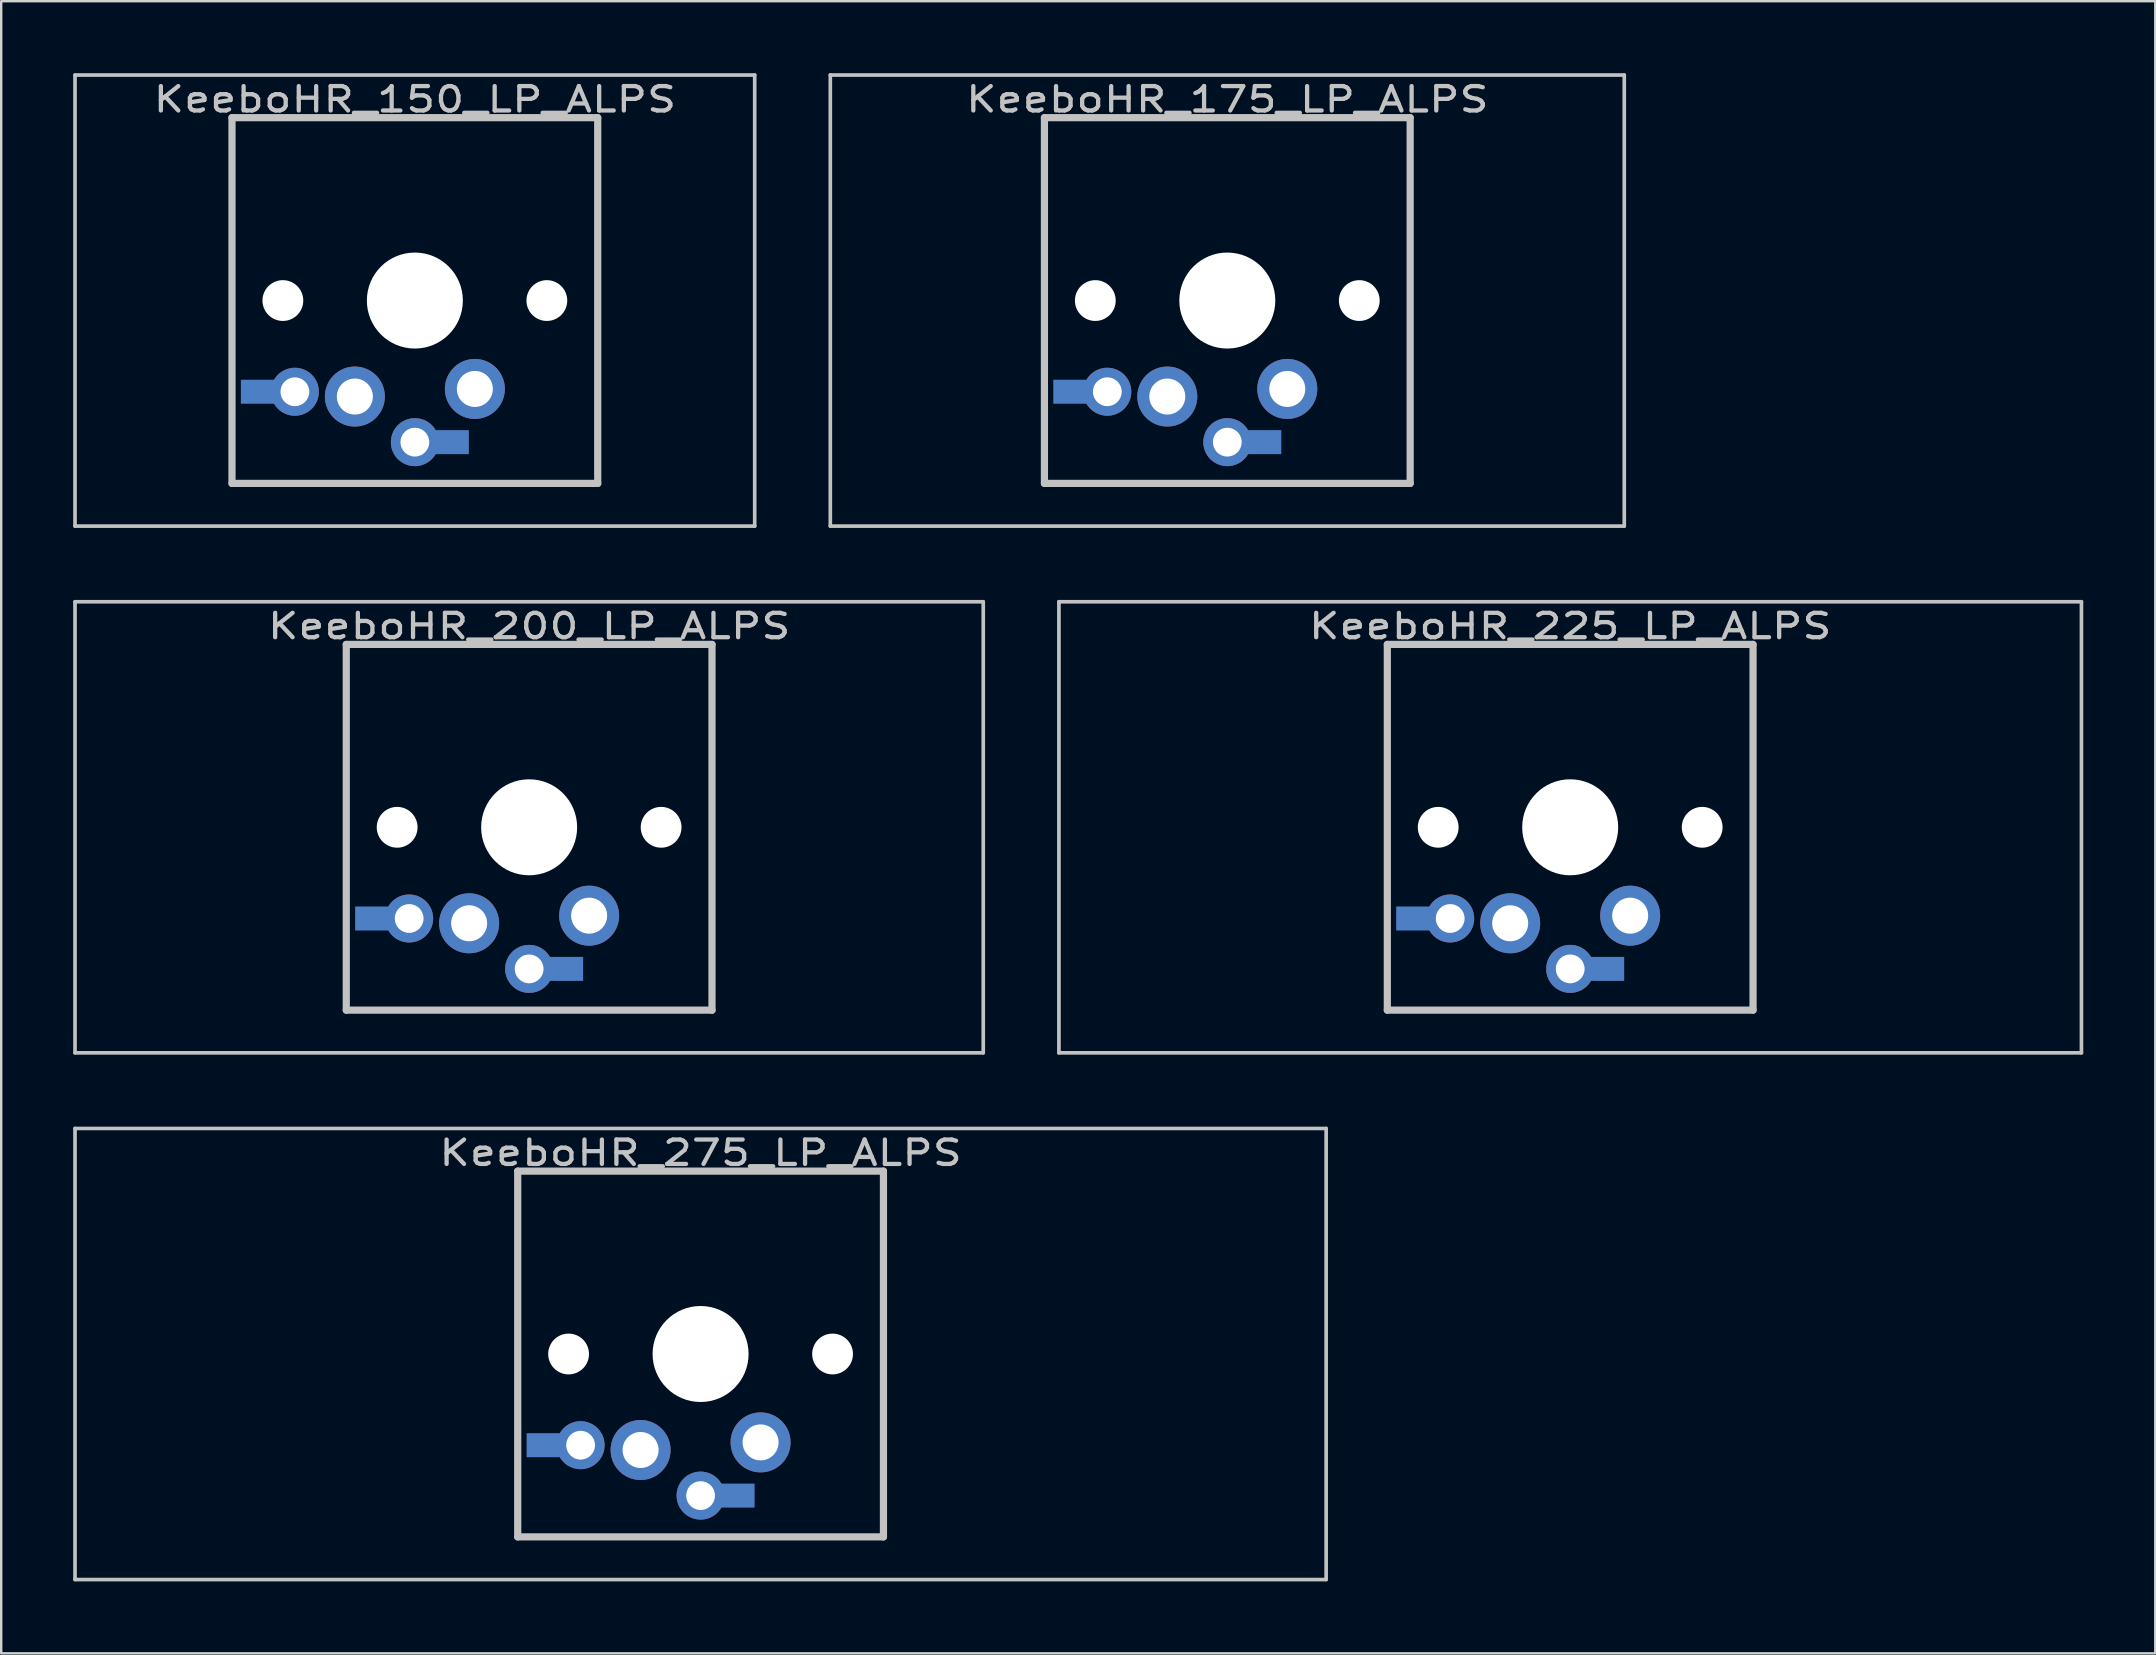
<source format=kicad_pcb>
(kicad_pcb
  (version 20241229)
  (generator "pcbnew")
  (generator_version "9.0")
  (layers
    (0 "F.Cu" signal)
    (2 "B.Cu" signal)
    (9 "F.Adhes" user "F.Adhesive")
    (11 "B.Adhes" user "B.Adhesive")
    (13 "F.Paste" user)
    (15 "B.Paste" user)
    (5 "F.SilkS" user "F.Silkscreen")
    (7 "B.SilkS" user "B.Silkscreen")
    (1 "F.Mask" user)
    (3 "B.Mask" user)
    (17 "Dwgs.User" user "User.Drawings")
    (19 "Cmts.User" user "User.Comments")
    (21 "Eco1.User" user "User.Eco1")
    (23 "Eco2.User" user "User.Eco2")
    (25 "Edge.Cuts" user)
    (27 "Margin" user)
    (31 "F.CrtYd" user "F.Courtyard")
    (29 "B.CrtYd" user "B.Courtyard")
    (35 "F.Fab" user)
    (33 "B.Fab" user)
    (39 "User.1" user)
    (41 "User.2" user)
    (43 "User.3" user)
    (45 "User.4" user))
  (footprint "KeeboHR_200_LP_ALPS"
    (layer "B.Cu")
    (at 18.999 31.423)
    (property "Reference" "KeeboHR_200_LP_ALPS" (at 0 -8.382 0) (layer "Dwgs.User") (effects (font (size 1.016 1.27) (thickness 0.178))))
    (attr through_hole)
    (fp_line (start -18.923 -9.398) (end 18.923 -9.398) (stroke (width 0.152) (type solid)) (layer "Dwgs.User"))
    (fp_line (start -18.923 9.398) (end -18.923 -9.398) (stroke (width 0.152) (type solid)) (layer "Dwgs.User"))
    (fp_line (start -7.62 -7.62) (end 7.62 -7.62) (stroke (width 0.3) (type solid)) (layer "Dwgs.User"))
    (fp_line (start -7.62 7.62) (end -7.62 -7.62) (stroke (width 0.3) (type solid)) (layer "Dwgs.User"))
    (fp_line (start 7.62 -7.62) (end 7.62 7.62) (stroke (width 0.3) (type solid)) (layer "Dwgs.User"))
    (fp_line (start 7.62 7.62) (end -7.62 7.62) (stroke (width 0.3) (type solid)) (layer "Dwgs.User"))
    (fp_line (start 18.923 -9.398) (end 18.923 9.398) (stroke (width 0.152) (type solid)) (layer "Dwgs.User"))
    (fp_line (start 18.923 9.398) (end -18.923 9.398) (stroke (width 0.152) (type solid)) (layer "Dwgs.User"))
    (pad "" np_thru_hole circle (at -5.5 0) (size 1.7 1.7) (drill 1.7) (layers "*.Cu" "*.Mask"))
    (pad "" np_thru_hole circle (at 0 0) (size 4 4) (drill 4) (layers "*.Cu" "*.Mask"))
    (pad "" np_thru_hole circle (at 5.5 0) (size 1.7 1.7) (drill 1.7) (layers "*.Cu" "*.Mask"))
    (pad "1" thru_hole circle (at 0 5.9) (size 2 2) (drill 1.2) (layers "*.Cu" "*.Mask"))
    (pad "1" smd rect (at 1.25 5.9) (size 2 1) (layers "B.Cu" "B.Mask"))
    (pad "1" thru_hole circle (at 2.5 3.683) (size 2.5 2.5) (drill 1.5) (layers "*.Cu" "*.Mask"))
    (pad "2" smd rect (at -6.25 3.8) (size 2 1) (layers "B.Cu" "B.Mask"))
    (pad "2" thru_hole circle (at -5 3.8) (size 2 2) (drill 1.2) (layers "*.Cu" "*.Mask"))
    (pad "2" thru_hole circle (at -2.5 4) (size 2.5 2.5) (drill 1.5) (layers "*.Cu" "*.Mask")))
  (footprint "KeeboHR_175_LP_ALPS"
    (layer "B.Cu")
    (at 48.091 9.474)
    (property "Reference" "KeeboHR_175_LP_ALPS" (at 0 -8.382 0) (layer "Dwgs.User") (effects (font (size 1.016 1.27) (thickness 0.178))))
    (attr through_hole)
    (fp_line (start -16.542 -9.398) (end 16.542 -9.398) (stroke (width 0.152) (type solid)) (layer "Dwgs.User"))
    (fp_line (start -16.542 9.398) (end -16.542 -9.398) (stroke (width 0.152) (type solid)) (layer "Dwgs.User"))
    (fp_line (start -7.62 -7.62) (end 7.62 -7.62) (stroke (width 0.3) (type solid)) (layer "Dwgs.User"))
    (fp_line (start -7.62 7.62) (end -7.62 -7.62) (stroke (width 0.3) (type solid)) (layer "Dwgs.User"))
    (fp_line (start 7.62 -7.62) (end 7.62 7.62) (stroke (width 0.3) (type solid)) (layer "Dwgs.User"))
    (fp_line (start 7.62 7.62) (end -7.62 7.62) (stroke (width 0.3) (type solid)) (layer "Dwgs.User"))
    (fp_line (start 16.542 -9.398) (end 16.542 9.398) (stroke (width 0.152) (type solid)) (layer "Dwgs.User"))
    (fp_line (start 16.542 9.398) (end -16.542 9.398) (stroke (width 0.152) (type solid)) (layer "Dwgs.User"))
    (pad "" np_thru_hole circle (at -5.5 0) (size 1.7 1.7) (drill 1.7) (layers "*.Cu" "*.Mask"))
    (pad "" np_thru_hole circle (at 0 0) (size 4 4) (drill 4) (layers "*.Cu" "*.Mask"))
    (pad "" np_thru_hole circle (at 5.5 0) (size 1.7 1.7) (drill 1.7) (layers "*.Cu" "*.Mask"))
    (pad "1" thru_hole circle (at 0 5.9) (size 2 2) (drill 1.2) (layers "*.Cu" "*.Mask"))
    (pad "1" smd rect (at 1.25 5.9) (size 2 1) (layers "B.Cu" "B.Mask"))
    (pad "1" thru_hole circle (at 2.5 3.683) (size 2.5 2.5) (drill 1.5) (layers "*.Cu" "*.Mask"))
    (pad "2" smd rect (at -6.25 3.8) (size 2 1) (layers "B.Cu" "B.Mask"))
    (pad "2" thru_hole circle (at -5 3.8) (size 2 2) (drill 1.2) (layers "*.Cu" "*.Mask"))
    (pad "2" thru_hole circle (at -2.5 4) (size 2.5 2.5) (drill 1.5) (layers "*.Cu" "*.Mask")))
  (footprint "KeeboHR_225_LP_ALPS"
    (layer "B.Cu")
    (at 62.379 31.423)
    (property "Reference" "KeeboHR_225_LP_ALPS" (at 0 -8.382 0) (layer "Dwgs.User") (effects (font (size 1.016 1.27) (thickness 0.178))))
    (attr through_hole)
    (fp_line (start -21.304 -9.398) (end 21.304 -9.398) (stroke (width 0.152) (type solid)) (layer "Dwgs.User"))
    (fp_line (start -21.304 9.398) (end -21.304 -9.398) (stroke (width 0.152) (type solid)) (layer "Dwgs.User"))
    (fp_line (start -7.62 -7.62) (end 7.62 -7.62) (stroke (width 0.3) (type solid)) (layer "Dwgs.User"))
    (fp_line (start -7.62 7.62) (end -7.62 -7.62) (stroke (width 0.3) (type solid)) (layer "Dwgs.User"))
    (fp_line (start 7.62 -7.62) (end 7.62 7.62) (stroke (width 0.3) (type solid)) (layer "Dwgs.User"))
    (fp_line (start 7.62 7.62) (end -7.62 7.62) (stroke (width 0.3) (type solid)) (layer "Dwgs.User"))
    (fp_line (start 21.304 -9.398) (end 21.304 9.398) (stroke (width 0.152) (type solid)) (layer "Dwgs.User"))
    (fp_line (start 21.304 9.398) (end -21.304 9.398) (stroke (width 0.152) (type solid)) (layer "Dwgs.User"))
    (pad "" np_thru_hole circle (at -5.5 0) (size 1.7 1.7) (drill 1.7) (layers "*.Cu" "*.Mask"))
    (pad "" np_thru_hole circle (at 0 0) (size 4 4) (drill 4) (layers "*.Cu" "*.Mask"))
    (pad "" np_thru_hole circle (at 5.5 0) (size 1.7 1.7) (drill 1.7) (layers "*.Cu" "*.Mask"))
    (pad "1" thru_hole circle (at 0 5.9) (size 2 2) (drill 1.2) (layers "*.Cu" "*.Mask"))
    (pad "1" smd rect (at 1.25 5.9) (size 2 1) (layers "B.Cu" "B.Mask"))
    (pad "1" thru_hole circle (at 2.5 3.683) (size 2.5 2.5) (drill 1.5) (layers "*.Cu" "*.Mask"))
    (pad "2" smd rect (at -6.25 3.8) (size 2 1) (layers "B.Cu" "B.Mask"))
    (pad "2" thru_hole circle (at -5 3.8) (size 2 2) (drill 1.2) (layers "*.Cu" "*.Mask"))
    (pad "2" thru_hole circle (at -2.5 4) (size 2.5 2.5) (drill 1.5) (layers "*.Cu" "*.Mask")))
  (footprint "KeeboHR_150_LP_ALPS"
    (layer "B.Cu")
    (at 14.237 9.474)
    (property "Reference" "KeeboHR_150_LP_ALPS" (at 0 -8.382 0) (layer "Dwgs.User") (effects (font (size 1.016 1.27) (thickness 0.178))))
    (attr through_hole)
    (fp_line (start -14.161 -9.398) (end 14.161 -9.398) (stroke (width 0.152) (type solid)) (layer "Dwgs.User"))
    (fp_line (start -14.161 9.398) (end -14.161 -9.398) (stroke (width 0.152) (type solid)) (layer "Dwgs.User"))
    (fp_line (start -7.62 -7.62) (end 7.62 -7.62) (stroke (width 0.3) (type solid)) (layer "Dwgs.User"))
    (fp_line (start -7.62 7.62) (end -7.62 -7.62) (stroke (width 0.3) (type solid)) (layer "Dwgs.User"))
    (fp_line (start 7.62 -7.62) (end 7.62 7.62) (stroke (width 0.3) (type solid)) (layer "Dwgs.User"))
    (fp_line (start 7.62 7.62) (end -7.62 7.62) (stroke (width 0.3) (type solid)) (layer "Dwgs.User"))
    (fp_line (start 14.161 -9.398) (end 14.161 9.398) (stroke (width 0.152) (type solid)) (layer "Dwgs.User"))
    (fp_line (start 14.161 9.398) (end -14.161 9.398) (stroke (width 0.152) (type solid)) (layer "Dwgs.User"))
    (pad "" np_thru_hole circle (at -5.5 0) (size 1.7 1.7) (drill 1.7) (layers "*.Cu" "*.Mask"))
    (pad "" np_thru_hole circle (at 0 0) (size 4 4) (drill 4) (layers "*.Cu" "*.Mask"))
    (pad "" np_thru_hole circle (at 5.5 0) (size 1.7 1.7) (drill 1.7) (layers "*.Cu" "*.Mask"))
    (pad "1" thru_hole circle (at 0 5.9) (size 2 2) (drill 1.2) (layers "*.Cu" "*.Mask"))
    (pad "1" smd rect (at 1.25 5.9) (size 2 1) (layers "B.Cu" "B.Mask"))
    (pad "1" thru_hole circle (at 2.5 3.683) (size 2.5 2.5) (drill 1.5) (layers "*.Cu" "*.Mask"))
    (pad "2" smd rect (at -6.25 3.8) (size 2 1) (layers "B.Cu" "B.Mask"))
    (pad "2" thru_hole circle (at -5 3.8) (size 2 2) (drill 1.2) (layers "*.Cu" "*.Mask"))
    (pad "2" thru_hole circle (at -2.5 4) (size 2.5 2.5) (drill 1.5) (layers "*.Cu" "*.Mask")))
  (footprint "KeeboHR_275_LP_ALPS"
    (layer "B.Cu")
    (at 26.143 53.371)
    (property "Reference" "KeeboHR_275_LP_ALPS" (at 0 -8.382 0) (layer "Dwgs.User") (effects (font (size 1.016 1.27) (thickness 0.178))))
    (attr through_hole)
    (fp_line (start -26.067 -9.398) (end 26.067 -9.398) (stroke (width 0.152) (type solid)) (layer "Dwgs.User"))
    (fp_line (start -26.067 9.398) (end -26.067 -9.398) (stroke (width 0.152) (type solid)) (layer "Dwgs.User"))
    (fp_line (start -7.62 -7.62) (end 7.62 -7.62) (stroke (width 0.3) (type solid)) (layer "Dwgs.User"))
    (fp_line (start -7.62 7.62) (end -7.62 -7.62) (stroke (width 0.3) (type solid)) (layer "Dwgs.User"))
    (fp_line (start 7.62 -7.62) (end 7.62 7.62) (stroke (width 0.3) (type solid)) (layer "Dwgs.User"))
    (fp_line (start 7.62 7.62) (end -7.62 7.62) (stroke (width 0.3) (type solid)) (layer "Dwgs.User"))
    (fp_line (start 26.067 -9.398) (end 26.067 9.398) (stroke (width 0.152) (type solid)) (layer "Dwgs.User"))
    (fp_line (start 26.067 9.398) (end -26.067 9.398) (stroke (width 0.152) (type solid)) (layer "Dwgs.User"))
    (pad "" np_thru_hole circle (at -5.5 0) (size 1.7 1.7) (drill 1.7) (layers "*.Cu" "*.Mask"))
    (pad "" np_thru_hole circle (at 0 0) (size 4 4) (drill 4) (layers "*.Cu" "*.Mask"))
    (pad "" np_thru_hole circle (at 5.5 0) (size 1.7 1.7) (drill 1.7) (layers "*.Cu" "*.Mask"))
    (pad "1" thru_hole circle (at 0 5.9) (size 2 2) (drill 1.2) (layers "*.Cu" "*.Mask"))
    (pad "1" smd rect (at 1.25 5.9) (size 2 1) (layers "B.Cu" "B.Mask"))
    (pad "1" thru_hole circle (at 2.5 3.683) (size 2.5 2.5) (drill 1.5) (layers "*.Cu" "*.Mask"))
    (pad "2" smd rect (at -6.25 3.8) (size 2 1) (layers "B.Cu" "B.Mask"))
    (pad "2" thru_hole circle (at -5 3.8) (size 2 2) (drill 1.2) (layers "*.Cu" "*.Mask"))
    (pad "2" thru_hole circle (at -2.5 4) (size 2.5 2.5) (drill 1.5) (layers "*.Cu" "*.Mask")))
  (gr_rect
    (start -3 -3)
    (end 86.759 65.845)
    (stroke (width 0.1) (type default))
    (fill no)
    (layer "Edge.Cuts")))
</source>
